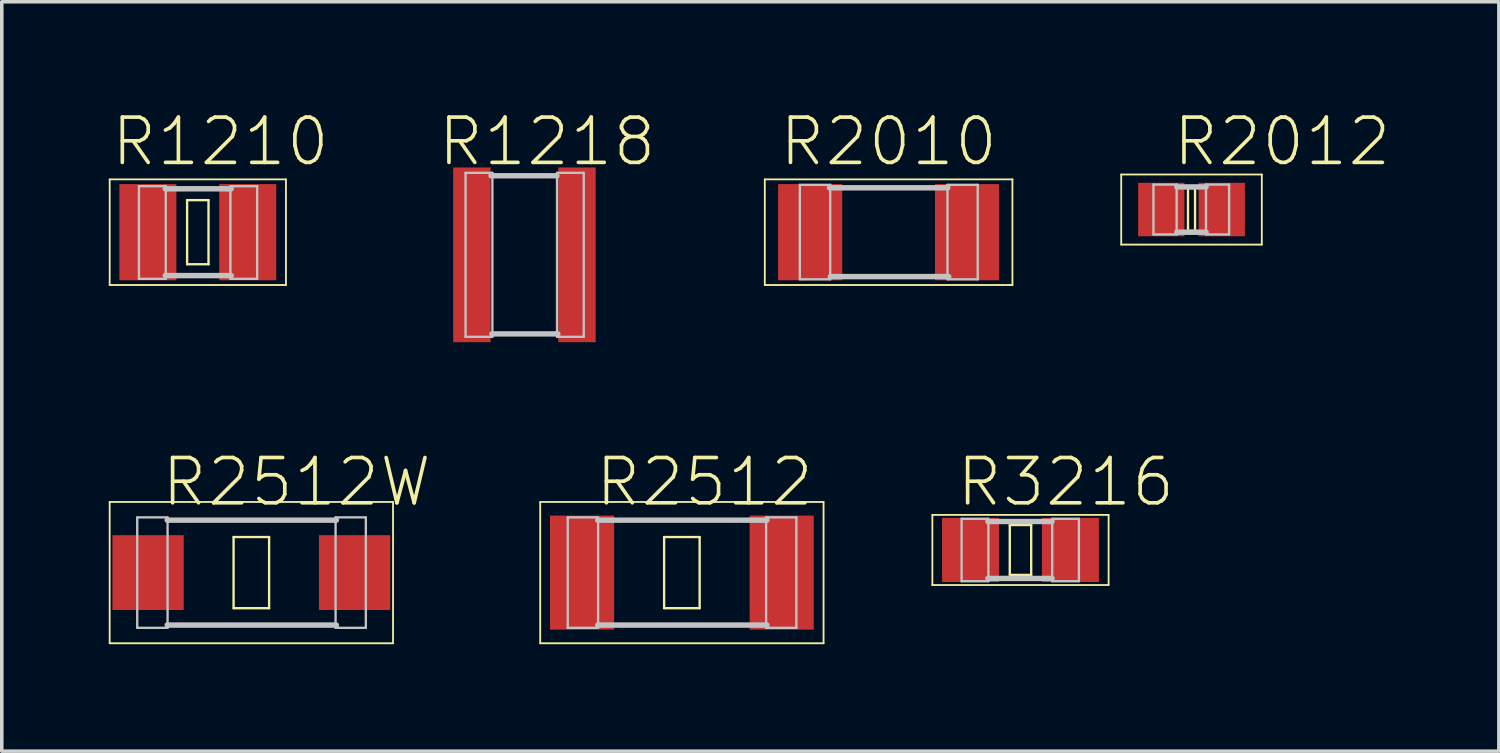
<source format=kicad_pcb>
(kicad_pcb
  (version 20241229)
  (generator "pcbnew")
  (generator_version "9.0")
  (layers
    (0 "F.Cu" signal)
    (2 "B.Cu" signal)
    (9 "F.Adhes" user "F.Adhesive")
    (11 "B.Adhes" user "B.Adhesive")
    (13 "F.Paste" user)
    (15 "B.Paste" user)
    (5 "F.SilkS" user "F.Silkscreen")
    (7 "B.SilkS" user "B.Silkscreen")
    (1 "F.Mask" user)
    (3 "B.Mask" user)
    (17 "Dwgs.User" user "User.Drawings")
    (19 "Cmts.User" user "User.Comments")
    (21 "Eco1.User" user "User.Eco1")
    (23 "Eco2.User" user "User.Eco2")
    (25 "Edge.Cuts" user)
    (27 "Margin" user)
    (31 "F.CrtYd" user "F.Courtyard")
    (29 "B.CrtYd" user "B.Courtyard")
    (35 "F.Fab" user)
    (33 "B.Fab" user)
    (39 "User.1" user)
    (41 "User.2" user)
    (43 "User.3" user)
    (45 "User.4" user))
  (footprint "R3216"
    (layer "F.Cu")
    (at 25.566 12.372)
    (property "Reference" "R3216" (at 1.27 -1.905 0) (layer "F.SilkS") (effects (font (size 1.27 1.27) (thickness 0.102))))
    (attr smd)
    (fp_line (start -2.471 -0.983) (end 2.471 -0.983) (stroke (width 0.051) (type solid)) (layer "F.SilkS"))
    (fp_line (start -2.471 0.983) (end -2.471 -0.983) (stroke (width 0.051) (type solid)) (layer "F.SilkS"))
    (fp_line (start -0.3 -0.699) (end 0.3 -0.699) (stroke (width 0.066) (type solid)) (layer "F.SilkS"))
    (fp_line (start -0.3 0.699) (end -0.3 -0.699) (stroke (width 0.066) (type solid)) (layer "F.SilkS"))
    (fp_line (start -0.3 0.699) (end 0.3 0.699) (stroke (width 0.066) (type solid)) (layer "F.SilkS"))
    (fp_line (start 0.3 0.699) (end 0.3 -0.699) (stroke (width 0.066) (type solid)) (layer "F.SilkS"))
    (fp_line (start 2.471 -0.983) (end 2.471 0.983) (stroke (width 0.051) (type solid)) (layer "F.SilkS"))
    (fp_line (start 2.471 0.983) (end -2.471 0.983) (stroke (width 0.051) (type solid)) (layer "F.SilkS"))
    (fp_line (start -1.651 -0.874) (end -0.899 -0.874) (stroke (width 0.066) (type solid)) (layer "Dwgs.User"))
    (fp_line (start -1.651 0.876) (end -1.651 -0.874) (stroke (width 0.066) (type solid)) (layer "Dwgs.User"))
    (fp_line (start -1.651 0.876) (end -0.899 0.876) (stroke (width 0.066) (type solid)) (layer "Dwgs.User"))
    (fp_line (start -0.912 -0.798) (end 0.886 -0.798) (stroke (width 0.152) (type solid)) (layer "Dwgs.User"))
    (fp_line (start -0.912 0.798) (end 0.886 0.798) (stroke (width 0.152) (type solid)) (layer "Dwgs.User"))
    (fp_line (start -0.899 0.876) (end -0.899 -0.874) (stroke (width 0.066) (type solid)) (layer "Dwgs.User"))
    (fp_line (start 0.889 -0.874) (end 1.638 -0.874) (stroke (width 0.066) (type solid)) (layer "Dwgs.User"))
    (fp_line (start 0.889 0.876) (end 0.889 -0.874) (stroke (width 0.066) (type solid)) (layer "Dwgs.User"))
    (fp_line (start 0.889 0.876) (end 1.638 0.876) (stroke (width 0.066) (type solid)) (layer "Dwgs.User"))
    (fp_line (start 1.638 0.876) (end 1.638 -0.874) (stroke (width 0.066) (type solid)) (layer "Dwgs.User"))
    (pad "1" smd rect (at -1.4 0) (size 1.598 1.798) (layers "F.Cu" "F.Mask" "F.Paste"))
    (pad "2" smd rect (at 1.4 0) (size 1.598 1.798) (layers "F.Cu" "F.Mask" "F.Paste")))
  (footprint "R2512"
    (layer "F.Cu")
    (at 16.071 13.007)
    (property "Reference" "R2512" (at 0.635 -2.54 0) (layer "F.SilkS") (effects (font (size 1.27 1.27) (thickness 0.102))))
    (attr smd)
    (fp_line (start -3.973 -1.981) (end 3.973 -1.981) (stroke (width 0.051) (type solid)) (layer "F.SilkS"))
    (fp_line (start -3.973 1.981) (end -3.973 -1.981) (stroke (width 0.051) (type solid)) (layer "F.SilkS"))
    (fp_line (start -0.498 -0.998) (end 0.498 -0.998) (stroke (width 0.066) (type solid)) (layer "F.SilkS"))
    (fp_line (start -0.498 0.998) (end -0.498 -0.998) (stroke (width 0.066) (type solid)) (layer "F.SilkS"))
    (fp_line (start -0.498 0.998) (end 0.498 0.998) (stroke (width 0.066) (type solid)) (layer "F.SilkS"))
    (fp_line (start 0.498 0.998) (end 0.498 -0.998) (stroke (width 0.066) (type solid)) (layer "F.SilkS"))
    (fp_line (start 3.973 -1.981) (end 3.973 1.981) (stroke (width 0.051) (type solid)) (layer "F.SilkS"))
    (fp_line (start 3.973 1.981) (end -3.973 1.981) (stroke (width 0.051) (type solid)) (layer "F.SilkS"))
    (fp_line (start -3.2 -1.549) (end -2.349 -1.549) (stroke (width 0.066) (type solid)) (layer "Dwgs.User"))
    (fp_line (start -3.2 1.549) (end -3.2 -1.549) (stroke (width 0.066) (type solid)) (layer "Dwgs.User"))
    (fp_line (start -3.2 1.549) (end -2.349 1.549) (stroke (width 0.066) (type solid)) (layer "Dwgs.User"))
    (fp_line (start -2.36 -1.471) (end 2.385 -1.471) (stroke (width 0.152) (type solid)) (layer "Dwgs.User"))
    (fp_line (start -2.36 1.471) (end 2.385 1.471) (stroke (width 0.152) (type solid)) (layer "Dwgs.User"))
    (fp_line (start -2.349 1.549) (end -2.349 -1.549) (stroke (width 0.066) (type solid)) (layer "Dwgs.User"))
    (fp_line (start 2.362 -1.549) (end 3.211 -1.549) (stroke (width 0.066) (type solid)) (layer "Dwgs.User"))
    (fp_line (start 2.362 1.549) (end 2.362 -1.549) (stroke (width 0.066) (type solid)) (layer "Dwgs.User"))
    (fp_line (start 2.362 1.549) (end 3.211 1.549) (stroke (width 0.066) (type solid)) (layer "Dwgs.User"))
    (fp_line (start 3.211 1.549) (end 3.211 -1.549) (stroke (width 0.066) (type solid)) (layer "Dwgs.User"))
    (pad "1" smd rect (at -2.799 0) (size 1.798 3.198) (layers "F.Cu" "F.Mask" "F.Paste"))
    (pad "2" smd rect (at 2.799 0) (size 1.798 3.198) (layers "F.Cu" "F.Mask" "F.Paste")))
  (footprint "R1210"
    (layer "F.Cu")
    (at 2.497 3.461)
    (property "Reference" "R1210" (at 0.635 -2.54 0) (layer "F.SilkS") (effects (font (size 1.27 1.27) (thickness 0.102))))
    (attr smd)
    (fp_line (start -2.471 -1.481) (end 2.471 -1.481) (stroke (width 0.051) (type solid)) (layer "F.SilkS"))
    (fp_line (start -2.471 1.481) (end -2.471 -1.481) (stroke (width 0.051) (type solid)) (layer "F.SilkS"))
    (fp_line (start -0.3 -0.899) (end 0.3 -0.899) (stroke (width 0.066) (type solid)) (layer "F.SilkS"))
    (fp_line (start -0.3 0.899) (end -0.3 -0.899) (stroke (width 0.066) (type solid)) (layer "F.SilkS"))
    (fp_line (start -0.3 0.899) (end 0.3 0.899) (stroke (width 0.066) (type solid)) (layer "F.SilkS"))
    (fp_line (start 0.3 0.899) (end 0.3 -0.899) (stroke (width 0.066) (type solid)) (layer "F.SilkS"))
    (fp_line (start 2.471 -1.481) (end 2.471 1.481) (stroke (width 0.051) (type solid)) (layer "F.SilkS"))
    (fp_line (start 2.471 1.481) (end -2.471 1.481) (stroke (width 0.051) (type solid)) (layer "F.SilkS"))
    (fp_line (start -1.651 -1.29) (end -0.899 -1.29) (stroke (width 0.066) (type solid)) (layer "Dwgs.User"))
    (fp_line (start -1.651 1.308) (end -1.651 -1.29) (stroke (width 0.066) (type solid)) (layer "Dwgs.User"))
    (fp_line (start -1.651 1.308) (end -0.899 1.308) (stroke (width 0.066) (type solid)) (layer "Dwgs.User"))
    (fp_line (start -0.912 -1.217) (end 0.937 -1.217) (stroke (width 0.152) (type solid)) (layer "Dwgs.User"))
    (fp_line (start -0.912 1.217) (end 0.937 1.217) (stroke (width 0.152) (type solid)) (layer "Dwgs.User"))
    (fp_line (start -0.899 1.308) (end -0.899 -1.29) (stroke (width 0.066) (type solid)) (layer "Dwgs.User"))
    (fp_line (start 0.914 -1.29) (end 1.664 -1.29) (stroke (width 0.066) (type solid)) (layer "Dwgs.User"))
    (fp_line (start 0.914 1.308) (end 0.914 -1.29) (stroke (width 0.066) (type solid)) (layer "Dwgs.User"))
    (fp_line (start 0.914 1.308) (end 1.664 1.308) (stroke (width 0.066) (type solid)) (layer "Dwgs.User"))
    (fp_line (start 1.664 1.308) (end 1.664 -1.29) (stroke (width 0.066) (type solid)) (layer "Dwgs.User"))
    (pad "1" smd rect (at -1.4 0) (size 1.598 2.697) (layers "F.Cu" "F.Mask" "F.Paste"))
    (pad "2" smd rect (at 1.4 0) (size 1.598 2.697) (layers "F.Cu" "F.Mask" "F.Paste")))
  (footprint "R1218"
    (layer "F.Cu")
    (at 11.656 4.096)
    (property "Reference" "R1218" (at 0.635 -3.175 0) (layer "F.SilkS") (effects (font (size 1.27 1.27) (thickness 0.102))))
    (attr smd)
    (fp_line (start -1.651 -2.299) (end -0.899 -2.299) (stroke (width 0.066) (type solid)) (layer "Dwgs.User"))
    (fp_line (start -1.651 2.299) (end -1.651 -2.299) (stroke (width 0.066) (type solid)) (layer "Dwgs.User"))
    (fp_line (start -1.651 2.299) (end -0.899 2.299) (stroke (width 0.066) (type solid)) (layer "Dwgs.User"))
    (fp_line (start -0.912 2.217) (end 0.937 2.217) (stroke (width 0.152) (type solid)) (layer "Dwgs.User"))
    (fp_line (start -0.899 2.299) (end -0.899 -2.299) (stroke (width 0.066) (type solid)) (layer "Dwgs.User"))
    (fp_line (start 0.912 -2.217) (end -0.937 -2.217) (stroke (width 0.152) (type solid)) (layer "Dwgs.User"))
    (fp_line (start 0.914 -2.299) (end 1.664 -2.299) (stroke (width 0.066) (type solid)) (layer "Dwgs.User"))
    (fp_line (start 0.914 2.299) (end 0.914 -2.299) (stroke (width 0.066) (type solid)) (layer "Dwgs.User"))
    (fp_line (start 0.914 2.299) (end 1.664 2.299) (stroke (width 0.066) (type solid)) (layer "Dwgs.User"))
    (fp_line (start 1.664 2.299) (end 1.664 -2.299) (stroke (width 0.066) (type solid)) (layer "Dwgs.User"))
    (pad "1" smd rect (at -1.473 0) (size 1.049 4.9) (layers "F.Cu" "F.Mask" "F.Paste"))
    (pad "2" smd rect (at 1.473 0) (size 1.049 4.9) (layers "F.Cu" "F.Mask" "F.Paste")))
  (footprint "R2010"
    (layer "F.Cu")
    (at 21.868 3.461)
    (property "Reference" "R2010" (at 0 -2.54 0) (layer "F.SilkS") (effects (font (size 1.27 1.27) (thickness 0.102))))
    (attr smd)
    (fp_line (start -3.472 -1.481) (end 3.472 -1.481) (stroke (width 0.051) (type solid)) (layer "F.SilkS"))
    (fp_line (start -3.472 1.481) (end -3.472 -1.481) (stroke (width 0.051) (type solid)) (layer "F.SilkS"))
    (fp_line (start 3.472 -1.481) (end 3.472 1.481) (stroke (width 0.051) (type solid)) (layer "F.SilkS"))
    (fp_line (start 3.472 1.481) (end -3.472 1.481) (stroke (width 0.051) (type solid)) (layer "F.SilkS"))
    (fp_line (start -2.489 -1.328) (end -1.638 -1.328) (stroke (width 0.066) (type solid)) (layer "Dwgs.User"))
    (fp_line (start -2.489 1.321) (end -2.489 -1.328) (stroke (width 0.066) (type solid)) (layer "Dwgs.User"))
    (fp_line (start -2.489 1.321) (end -1.638 1.321) (stroke (width 0.066) (type solid)) (layer "Dwgs.User"))
    (fp_line (start -1.661 -1.245) (end 1.661 -1.245) (stroke (width 0.152) (type solid)) (layer "Dwgs.User"))
    (fp_line (start -1.638 1.321) (end -1.638 -1.328) (stroke (width 0.066) (type solid)) (layer "Dwgs.User"))
    (fp_line (start -1.636 1.245) (end 1.687 1.245) (stroke (width 0.152) (type solid)) (layer "Dwgs.User"))
    (fp_line (start 1.651 -1.328) (end 2.499 -1.328) (stroke (width 0.066) (type solid)) (layer "Dwgs.User"))
    (fp_line (start 1.651 1.321) (end 1.651 -1.328) (stroke (width 0.066) (type solid)) (layer "Dwgs.User"))
    (fp_line (start 1.651 1.321) (end 2.499 1.321) (stroke (width 0.066) (type solid)) (layer "Dwgs.User"))
    (fp_line (start 2.499 1.321) (end 2.499 -1.328) (stroke (width 0.066) (type solid)) (layer "Dwgs.User"))
    (pad "1" smd rect (at -2.2 0) (size 1.798 2.697) (layers "F.Cu" "F.Mask" "F.Paste"))
    (pad "2" smd rect (at 2.2 0) (size 1.798 2.697) (layers "F.Cu" "F.Mask" "F.Paste")))
  (footprint "R2012"
    (layer "F.Cu")
    (at 30.362 2.826)
    (property "Reference" "R2012" (at 2.54 -1.905 0) (layer "F.SilkS") (effects (font (size 1.27 1.27) (thickness 0.102))))
    (attr smd)
    (fp_line (start -1.971 -0.983) (end 1.971 -0.983) (stroke (width 0.051) (type solid)) (layer "F.SilkS"))
    (fp_line (start -1.971 0.983) (end -1.971 -0.983) (stroke (width 0.051) (type solid)) (layer "F.SilkS"))
    (fp_line (start -0.099 -0.599) (end 0.099 -0.599) (stroke (width 0.066) (type solid)) (layer "F.SilkS"))
    (fp_line (start -0.099 0.599) (end -0.099 -0.599) (stroke (width 0.066) (type solid)) (layer "F.SilkS"))
    (fp_line (start -0.099 0.599) (end 0.099 0.599) (stroke (width 0.066) (type solid)) (layer "F.SilkS"))
    (fp_line (start 0.099 0.599) (end 0.099 -0.599) (stroke (width 0.066) (type solid)) (layer "F.SilkS"))
    (fp_line (start 1.971 -0.983) (end 1.971 0.983) (stroke (width 0.051) (type solid)) (layer "F.SilkS"))
    (fp_line (start 1.971 0.983) (end -1.971 0.983) (stroke (width 0.051) (type solid)) (layer "F.SilkS"))
    (fp_line (start -1.067 -0.701) (end -0.417 -0.701) (stroke (width 0.066) (type solid)) (layer "Dwgs.User"))
    (fp_line (start -1.067 0.699) (end -1.067 -0.701) (stroke (width 0.066) (type solid)) (layer "Dwgs.User"))
    (fp_line (start -1.067 0.699) (end -0.417 0.699) (stroke (width 0.066) (type solid)) (layer "Dwgs.User"))
    (fp_line (start -0.417 0.699) (end -0.417 -0.701) (stroke (width 0.066) (type solid)) (layer "Dwgs.User"))
    (fp_line (start -0.409 -0.635) (end 0.409 -0.635) (stroke (width 0.152) (type solid)) (layer "Dwgs.User"))
    (fp_line (start -0.409 0.635) (end 0.409 0.635) (stroke (width 0.152) (type solid)) (layer "Dwgs.User"))
    (fp_line (start 0.406 -0.701) (end 1.054 -0.701) (stroke (width 0.066) (type solid)) (layer "Dwgs.User"))
    (fp_line (start 0.406 0.699) (end 0.406 -0.701) (stroke (width 0.066) (type solid)) (layer "Dwgs.User"))
    (fp_line (start 0.406 0.699) (end 1.054 0.699) (stroke (width 0.066) (type solid)) (layer "Dwgs.User"))
    (fp_line (start 1.054 0.699) (end 1.054 -0.701) (stroke (width 0.066) (type solid)) (layer "Dwgs.User"))
    (pad "1" smd rect (at -0.848 0) (size 1.298 1.499) (layers "F.Cu" "F.Mask" "F.Paste"))
    (pad "2" smd rect (at 0.848 0) (size 1.298 1.499) (layers "F.Cu" "F.Mask" "F.Paste")))
  (footprint "R2512W"
    (layer "F.Cu")
    (at 3.998 13.007)
    (property "Reference" "R2512W" (at 1.27 -2.54 0) (layer "F.SilkS") (effects (font (size 1.27 1.27) (thickness 0.102))))
    (attr smd)
    (fp_line (start -3.973 -1.981) (end 3.973 -1.981) (stroke (width 0.051) (type solid)) (layer "F.SilkS"))
    (fp_line (start -3.973 1.981) (end -3.973 -1.981) (stroke (width 0.051) (type solid)) (layer "F.SilkS"))
    (fp_line (start -0.498 -0.998) (end 0.498 -0.998) (stroke (width 0.066) (type solid)) (layer "F.SilkS"))
    (fp_line (start -0.498 0.998) (end -0.498 -0.998) (stroke (width 0.066) (type solid)) (layer "F.SilkS"))
    (fp_line (start -0.498 0.998) (end 0.498 0.998) (stroke (width 0.066) (type solid)) (layer "F.SilkS"))
    (fp_line (start 0.498 0.998) (end 0.498 -0.998) (stroke (width 0.066) (type solid)) (layer "F.SilkS"))
    (fp_line (start 3.973 -1.981) (end 3.973 1.981) (stroke (width 0.051) (type solid)) (layer "F.SilkS"))
    (fp_line (start 3.973 1.981) (end -3.973 1.981) (stroke (width 0.051) (type solid)) (layer "F.SilkS"))
    (fp_line (start -3.2 -1.549) (end -2.349 -1.549) (stroke (width 0.066) (type solid)) (layer "Dwgs.User"))
    (fp_line (start -3.2 1.549) (end -3.2 -1.549) (stroke (width 0.066) (type solid)) (layer "Dwgs.User"))
    (fp_line (start -3.2 1.549) (end -2.349 1.549) (stroke (width 0.066) (type solid)) (layer "Dwgs.User"))
    (fp_line (start -2.36 -1.471) (end 2.385 -1.471) (stroke (width 0.152) (type solid)) (layer "Dwgs.User"))
    (fp_line (start -2.36 1.471) (end 2.385 1.471) (stroke (width 0.152) (type solid)) (layer "Dwgs.User"))
    (fp_line (start -2.349 1.549) (end -2.349 -1.549) (stroke (width 0.066) (type solid)) (layer "Dwgs.User"))
    (fp_line (start 2.362 -1.549) (end 3.211 -1.549) (stroke (width 0.066) (type solid)) (layer "Dwgs.User"))
    (fp_line (start 2.362 1.549) (end 2.362 -1.549) (stroke (width 0.066) (type solid)) (layer "Dwgs.User"))
    (fp_line (start 2.362 1.549) (end 3.211 1.549) (stroke (width 0.066) (type solid)) (layer "Dwgs.User"))
    (fp_line (start 3.211 1.549) (end 3.211 -1.549) (stroke (width 0.066) (type solid)) (layer "Dwgs.User"))
    (pad "1" smd rect (at -2.896 0) (size 1.999 2.098) (layers "F.Cu" "F.Mask" "F.Paste"))
    (pad "2" smd rect (at 2.896 0) (size 1.999 2.098) (layers "F.Cu" "F.Mask" "F.Paste")))
  (gr_rect
    (start -3 -3)
    (end 38.981 18.014)
    (stroke (width 0.1) (type default))
    (fill no)
    (layer "Edge.Cuts")))
</source>
